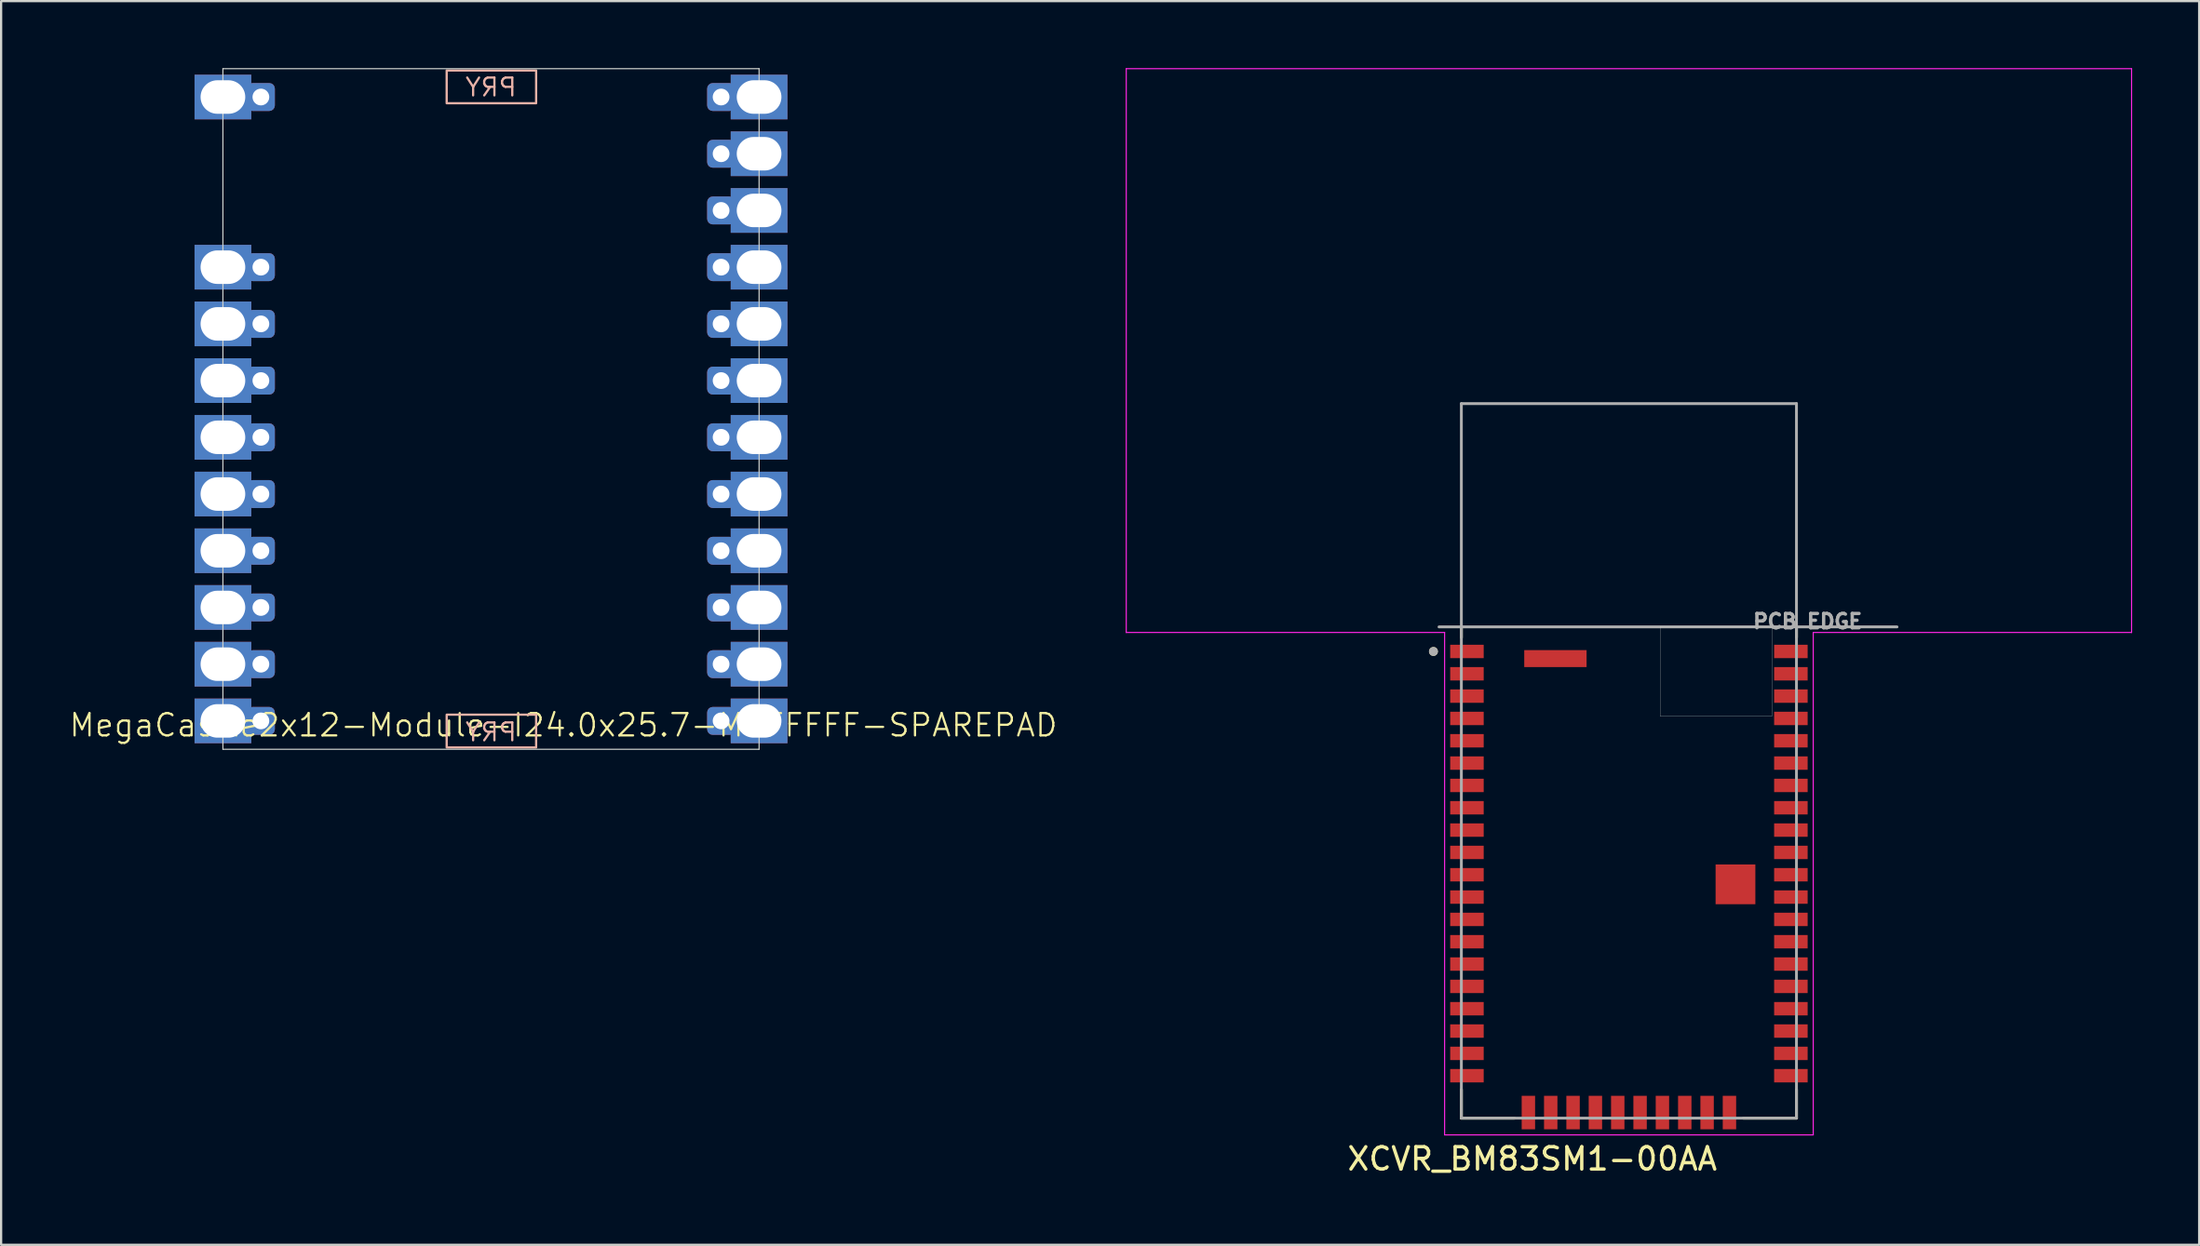
<source format=kicad_pcb>
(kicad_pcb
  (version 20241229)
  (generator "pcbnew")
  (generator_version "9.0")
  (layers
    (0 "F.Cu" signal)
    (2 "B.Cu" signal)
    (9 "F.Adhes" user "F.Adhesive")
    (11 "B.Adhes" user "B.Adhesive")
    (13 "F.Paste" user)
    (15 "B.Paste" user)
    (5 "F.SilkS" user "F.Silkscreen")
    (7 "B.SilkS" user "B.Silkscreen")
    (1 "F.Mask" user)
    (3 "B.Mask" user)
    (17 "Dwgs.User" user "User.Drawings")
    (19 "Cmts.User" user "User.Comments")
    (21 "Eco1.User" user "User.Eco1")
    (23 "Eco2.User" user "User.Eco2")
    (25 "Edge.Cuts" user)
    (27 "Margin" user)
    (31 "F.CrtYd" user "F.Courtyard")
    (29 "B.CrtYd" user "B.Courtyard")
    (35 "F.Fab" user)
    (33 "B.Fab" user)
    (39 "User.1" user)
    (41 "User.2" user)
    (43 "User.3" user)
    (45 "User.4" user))
  (footprint "MegaCastle2x12-Module-I24.0x25.7-M9FFFFF-SPAREPAD"
    (layer "F.Cu")
    (at 18.928 15.265)
    (property "Reference" "MegaCastle2x12-Module-I24.0x25.7-M9FFFFF-SPAREPAD" (at 3.241 14.162 0) (unlocked yes) (layer "F.SilkS") (effects (font (size 1 1) (thickness 0.1))))
    (attr smd)
    (fp_rect (start -1.984 -13.691) (end 2.02 -15.16) (stroke (width 0.1) (type default)) (fill no) (layer "B.SilkS"))
    (fp_rect (start -1.984 13.691) (end 2.02 15.16) (stroke (width 0.1) (type default)) (fill no) (layer "B.SilkS"))
    (fp_line (start -12 -15.24) (end -12 15.24) (stroke (width 0.05) (type default)) (layer "Edge.Cuts"))
    (fp_line (start -12 -15.24) (end 12 -15.24) (stroke (width 0.05) (type default)) (layer "Edge.Cuts"))
    (fp_line (start -12 15.24) (end 12 15.24) (stroke (width 0.05) (type default)) (layer "Edge.Cuts"))
    (fp_line (start 12 -15.24) (end 12 15.24) (stroke (width 0.05) (type default)) (layer "Edge.Cuts"))
    (fp_text user "PRY" (at 0 -13.94 0) (unlocked yes) (layer "B.SilkS") (effects (font (size 0.8 0.8) (thickness 0.1)) (justify bottom mirror)))
    (fp_text user "PRY" (at 0 14.94 0) (unlocked yes) (layer "B.SilkS") (effects (font (size 0.8 0.8) (thickness 0.1)) (justify bottom mirror)))
    (pad "1" thru_hole rect (at -12 -13.97) (size 2.54 2) (drill oval 2 1.5) (property pad_prop_castellated) (layers "*.Cu" "*.Mask"))
    (pad "1" thru_hole roundrect (at -10.3 -13.97 180) (size 1.25 1.25) (drill 0.75) (layers "*.Cu" "*.Mask") (roundrect_rratio 0.2))
    (pad "4" thru_hole rect (at -12 -6.35) (size 2.54 2) (drill oval 2 1.5) (property pad_prop_castellated) (layers "*.Cu" "*.Mask"))
    (pad "4" thru_hole roundrect (at -10.3 -6.35 180) (size 1.25 1.25) (drill 0.75) (layers "*.Cu" "*.Mask") (roundrect_rratio 0.2))
    (pad "5" thru_hole rect (at -12 -3.81) (size 2.54 2) (drill oval 2 1.5) (property pad_prop_castellated) (layers "*.Cu" "*.Mask"))
    (pad "5" thru_hole roundrect (at -10.3 -3.81 180) (size 1.25 1.25) (drill 0.75) (layers "*.Cu" "*.Mask") (roundrect_rratio 0.2))
    (pad "6" thru_hole rect (at -12 -1.27) (size 2.54 2) (drill oval 2 1.5) (property pad_prop_castellated) (layers "*.Cu" "*.Mask"))
    (pad "6" thru_hole roundrect (at -10.3 -1.27 180) (size 1.25 1.25) (drill 0.75) (layers "*.Cu" "*.Mask") (roundrect_rratio 0.2))
    (pad "7" thru_hole rect (at -12 1.27) (size 2.54 2) (drill oval 2 1.5) (property pad_prop_castellated) (layers "*.Cu" "*.Mask"))
    (pad "7" thru_hole roundrect (at -10.3 1.27 180) (size 1.25 1.25) (drill 0.75) (layers "*.Cu" "*.Mask") (roundrect_rratio 0.2))
    (pad "8" thru_hole rect (at -12 3.81) (size 2.54 2) (drill oval 2 1.5) (property pad_prop_castellated) (layers "*.Cu" "*.Mask"))
    (pad "8" thru_hole roundrect (at -10.3 3.81 180) (size 1.25 1.25) (drill 0.75) (layers "*.Cu" "*.Mask") (roundrect_rratio 0.2))
    (pad "9" thru_hole rect (at -12 6.35) (size 2.54 2) (drill oval 2 1.5) (property pad_prop_castellated) (layers "*.Cu" "*.Mask"))
    (pad "9" thru_hole roundrect (at -10.3 6.35 180) (size 1.25 1.25) (drill 0.75) (layers "*.Cu" "*.Mask") (roundrect_rratio 0.2))
    (pad "10" thru_hole rect (at -12 8.89) (size 2.54 2) (drill oval 2 1.5) (property pad_prop_castellated) (layers "*.Cu" "*.Mask"))
    (pad "10" thru_hole roundrect (at -10.3 8.89 180) (size 1.25 1.25) (drill 0.75) (layers "*.Cu" "*.Mask") (roundrect_rratio 0.2))
    (pad "11" thru_hole rect (at -12 11.43) (size 2.54 2) (drill oval 2 1.5) (property pad_prop_castellated) (layers "*.Cu" "*.Mask"))
    (pad "11" thru_hole roundrect (at -10.3 11.43 180) (size 1.25 1.25) (drill 0.75) (layers "*.Cu" "*.Mask") (roundrect_rratio 0.2))
    (pad "12" thru_hole rect (at -12 13.97) (size 2.54 2) (drill oval 2 1.5) (property pad_prop_castellated) (layers "*.Cu" "*.Mask"))
    (pad "12" thru_hole roundrect (at -10.3 13.97 180) (size 1.25 1.25) (drill 0.75) (layers "*.Cu" "*.Mask") (roundrect_rratio 0.2))
    (pad "13" thru_hole roundrect (at 10.3 -13.97 180) (size 1.25 1.25) (drill 0.75) (layers "*.Cu" "*.Mask") (roundrect_rratio 0.2))
    (pad "13" thru_hole rect (at 12 -13.97) (size 2.54 2) (drill oval 2 1.5) (property pad_prop_castellated) (layers "*.Cu" "*.Mask"))
    (pad "14" thru_hole roundrect (at 10.3 -11.43 180) (size 1.25 1.25) (drill 0.75) (layers "*.Cu" "*.Mask") (roundrect_rratio 0.2))
    (pad "14" thru_hole rect (at 12 -11.43) (size 2.54 2) (drill oval 2 1.5) (property pad_prop_castellated) (layers "*.Cu" "*.Mask"))
    (pad "15" thru_hole roundrect (at 10.3 -8.89 180) (size 1.25 1.25) (drill 0.75) (layers "*.Cu" "*.Mask") (roundrect_rratio 0.2))
    (pad "15" thru_hole rect (at 12 -8.89) (size 2.54 2) (drill oval 2 1.5) (property pad_prop_castellated) (layers "*.Cu" "*.Mask"))
    (pad "16" thru_hole roundrect (at 10.3 -6.35 180) (size 1.25 1.25) (drill 0.75) (layers "*.Cu" "*.Mask") (roundrect_rratio 0.2))
    (pad "16" thru_hole rect (at 12 -6.35) (size 2.54 2) (drill oval 2 1.5) (property pad_prop_castellated) (layers "*.Cu" "*.Mask"))
    (pad "17" thru_hole roundrect (at 10.3 -3.81 180) (size 1.25 1.25) (drill 0.75) (layers "*.Cu" "*.Mask") (roundrect_rratio 0.2))
    (pad "17" thru_hole rect (at 12 -3.81) (size 2.54 2) (drill oval 2 1.5) (property pad_prop_castellated) (layers "*.Cu" "*.Mask"))
    (pad "18" thru_hole roundrect (at 10.3 -1.27 180) (size 1.25 1.25) (drill 0.75) (layers "*.Cu" "*.Mask") (roundrect_rratio 0.2))
    (pad "18" thru_hole rect (at 12 -1.27) (size 2.54 2) (drill oval 2 1.5) (property pad_prop_castellated) (layers "*.Cu" "*.Mask"))
    (pad "19" thru_hole roundrect (at 10.3 1.27 180) (size 1.25 1.25) (drill 0.75) (layers "*.Cu" "*.Mask") (roundrect_rratio 0.2))
    (pad "19" thru_hole rect (at 12 1.27) (size 2.54 2) (drill oval 2 1.5) (property pad_prop_castellated) (layers "*.Cu" "*.Mask"))
    (pad "20" thru_hole roundrect (at 10.3 3.81 180) (size 1.25 1.25) (drill 0.75) (layers "*.Cu" "*.Mask") (roundrect_rratio 0.2))
    (pad "20" thru_hole rect (at 12 3.81) (size 2.54 2) (drill oval 2 1.5) (property pad_prop_castellated) (layers "*.Cu" "*.Mask"))
    (pad "21" thru_hole roundrect (at 10.3 6.35 180) (size 1.25 1.25) (drill 0.75) (layers "*.Cu" "*.Mask") (roundrect_rratio 0.2))
    (pad "21" thru_hole rect (at 12 6.35) (size 2.54 2) (drill oval 2 1.5) (property pad_prop_castellated) (layers "*.Cu" "*.Mask"))
    (pad "22" thru_hole roundrect (at 10.3 8.89 180) (size 1.25 1.25) (drill 0.75) (layers "*.Cu" "*.Mask") (roundrect_rratio 0.2))
    (pad "22" thru_hole rect (at 12 8.89) (size 2.54 2) (drill oval 2 1.5) (property pad_prop_castellated) (layers "*.Cu" "*.Mask"))
    (pad "23" thru_hole roundrect (at 10.3 11.43 180) (size 1.25 1.25) (drill 0.75) (layers "*.Cu" "*.Mask") (roundrect_rratio 0.2))
    (pad "23" thru_hole rect (at 12 11.43) (size 2.54 2) (drill oval 2 1.5) (property pad_prop_castellated) (layers "*.Cu" "*.Mask"))
    (pad "24" thru_hole roundrect (at 10.3 13.97 180) (size 1.25 1.25) (drill 0.75) (layers "*.Cu" "*.Mask") (roundrect_rratio 0.2))
    (pad "24" thru_hole rect (at 12 13.97) (size 2.54 2) (drill oval 2 1.5) (property pad_prop_castellated) (layers "*.Cu" "*.Mask"))
    (zone (net_name "") (layer "B.Cu") (hatch edge 0.5) (connect_pads) (min_thickness 0.25) (filled_areas_thickness no) (keepout (tracks allowed) (vias allowed) (pads allowed) (copperpour allowed) (footprints not_allowed)) (placement (enabled no)) (fill) (polygon (pts (xy 6.928 0.025) (xy 6.928 2.425) (xy 30.928 2.425) (xy 30.928 0.025))))
    (zone (net_name "") (layer "B.Cu") (hatch edge 0.5) (connect_pads) (min_thickness 0.25) (filled_areas_thickness no) (keepout (tracks allowed) (vias allowed) (pads allowed) (copperpour allowed) (footprints not_allowed)) (placement (enabled no)) (fill) (polygon (pts (xy 6.928 30.505) (xy 6.928 28.105) (xy 30.928 28.105) (xy 30.928 30.505))))
    (zone (net_name "") (layer "B.Cu") (name "Upper Pry Zone") (hatch edge 0.5) (connect_pads) (min_thickness 0.25) (filled_areas_thickness no) (keepout (tracks not_allowed) (vias not_allowed) (pads not_allowed) (copperpour allowed) (footprints not_allowed)) (placement (enabled no)) (fill) (polygon (pts (xy 16.944 1.574) (xy 16.944 0.105) (xy 20.948 0.105) (xy 20.948 1.574))))
    (zone (net_name "") (layer "B.Cu") (name "Upper Pry Zone") (hatch edge 0.5) (connect_pads) (min_thickness 0.25) (filled_areas_thickness no) (keepout (tracks not_allowed) (vias not_allowed) (pads not_allowed) (copperpour allowed) (footprints not_allowed)) (placement (enabled no)) (fill) (polygon (pts (xy 16.944 28.956) (xy 16.944 30.425) (xy 20.948 30.425) (xy 20.948 28.956)))))
  (footprint "XCVR_BM83SM1-00AA"
    (layer "F.Cu")
    (at 69.863 31.025)
    (property "Reference" "XCVR_BM83SM1-00AA" (at -4.325 17.825 0) (layer "F.SilkS") (effects (font (size 1 1) (thickness 0.15))))
    (attr smd)
    (fp_line (start -7.5 -6) (end -7.5 -5.52) (stroke (width 0.127) (type solid)) (layer "F.SilkS"))
    (fp_line (start -7.5 14.72) (end -7.5 16) (stroke (width 0.127) (type solid)) (layer "F.SilkS"))
    (fp_line (start -7.5 16) (end -5.12 16) (stroke (width 0.127) (type solid)) (layer "F.SilkS"))
    (fp_line (start 7.5 -6) (end 7.5 -5.52) (stroke (width 0.127) (type solid)) (layer "F.SilkS"))
    (fp_line (start 7.5 14.72) (end 7.5 16) (stroke (width 0.127) (type solid)) (layer "F.SilkS"))
    (fp_line (start 7.5 16) (end 5.12 16) (stroke (width 0.127) (type solid)) (layer "F.SilkS"))
    (fp_circle (center -8.75 -4.9) (end -8.65 -4.9) (stroke (width 0.2) (type solid)) (fill no) (layer "F.SilkS"))
    (fp_line (start 1.4 -6) (end 1.4 -2) (stroke (width 0.01) (type solid)) (layer "Edge.Cuts"))
    (fp_line (start 1.4 -2) (end 6.4 -2) (stroke (width 0.01) (type solid)) (layer "Edge.Cuts"))
    (fp_line (start 6.4 -6) (end 1.4 -6) (stroke (width 0.01) (type solid)) (layer "Edge.Cuts"))
    (fp_line (start 6.4 -2) (end 6.4 -6) (stroke (width 0.01) (type solid)) (layer "Edge.Cuts"))
    (fp_line (start -22.5 -31) (end 22.5 -31) (stroke (width 0.05) (type solid)) (layer "F.CrtYd"))
    (fp_line (start -22.5 -5.75) (end -22.5 -31) (stroke (width 0.05) (type solid)) (layer "F.CrtYd"))
    (fp_line (start -8.25 -5.75) (end -22.5 -5.75) (stroke (width 0.05) (type solid)) (layer "F.CrtYd"))
    (fp_line (start -8.25 16.75) (end -8.25 -5.75) (stroke (width 0.05) (type solid)) (layer "F.CrtYd"))
    (fp_line (start 8.25 -5.75) (end 8.25 16.75) (stroke (width 0.05) (type solid)) (layer "F.CrtYd"))
    (fp_line (start 8.25 16.75) (end -8.25 16.75) (stroke (width 0.05) (type solid)) (layer "F.CrtYd"))
    (fp_line (start 22.5 -31) (end 22.5 -5.75) (stroke (width 0.05) (type solid)) (layer "F.CrtYd"))
    (fp_line (start 22.5 -5.75) (end 8.25 -5.75) (stroke (width 0.05) (type solid)) (layer "F.CrtYd"))
    (fp_line (start -7.5 -16) (end 7.5 -16) (stroke (width 0.127) (type solid)) (layer "F.Fab"))
    (fp_line (start -7.5 16) (end -7.5 -16) (stroke (width 0.127) (type solid)) (layer "F.Fab"))
    (fp_line (start 7.5 -16) (end 7.5 16) (stroke (width 0.127) (type solid)) (layer "F.Fab"))
    (fp_line (start 7.5 16) (end -7.5 16) (stroke (width 0.127) (type solid)) (layer "F.Fab"))
    (fp_line (start 12 -6) (end -8.5 -6) (stroke (width 0.127) (type solid)) (layer "F.Fab"))
    (fp_circle (center -8.75 -4.9) (end -8.65 -4.9) (stroke (width 0.2) (type solid)) (fill no) (layer "F.Fab"))
    (fp_text user "PCB EDGE" (at 8 -6.25 0) (layer "F.Fab") (effects (font (size 0.64 0.64) (thickness 0.15))))
    (pad "1" smd rect (at -7.25 -4.9) (size 1.5 0.6) (layers "F.Cu" "F.Mask" "F.Paste"))
    (pad "2" smd rect (at -7.25 -3.9) (size 1.5 0.6) (layers "F.Cu" "F.Mask" "F.Paste"))
    (pad "3" smd rect (at -7.25 -2.9) (size 1.5 0.6) (layers "F.Cu" "F.Mask" "F.Paste"))
    (pad "4" smd rect (at -7.25 -1.9) (size 1.5 0.6) (layers "F.Cu" "F.Mask" "F.Paste"))
    (pad "5" smd rect (at -7.25 -0.9) (size 1.5 0.6) (layers "F.Cu" "F.Mask" "F.Paste"))
    (pad "6" smd rect (at -7.25 0.1) (size 1.5 0.6) (layers "F.Cu" "F.Mask" "F.Paste"))
    (pad "7" smd rect (at -7.25 1.1) (size 1.5 0.6) (layers "F.Cu" "F.Mask" "F.Paste"))
    (pad "8" smd rect (at -7.25 2.1) (size 1.5 0.6) (layers "F.Cu" "F.Mask" "F.Paste"))
    (pad "9" smd rect (at -7.25 3.1) (size 1.5 0.6) (layers "F.Cu" "F.Mask" "F.Paste"))
    (pad "10" smd rect (at -7.25 4.1) (size 1.5 0.6) (layers "F.Cu" "F.Mask" "F.Paste"))
    (pad "11" smd rect (at -7.25 5.1) (size 1.5 0.6) (layers "F.Cu" "F.Mask" "F.Paste"))
    (pad "12" smd rect (at -7.25 6.1) (size 1.5 0.6) (layers "F.Cu" "F.Mask" "F.Paste"))
    (pad "13" smd rect (at -7.25 7.1) (size 1.5 0.6) (layers "F.Cu" "F.Mask" "F.Paste"))
    (pad "14" smd rect (at -7.25 8.1) (size 1.5 0.6) (layers "F.Cu" "F.Mask" "F.Paste"))
    (pad "15" smd rect (at -7.25 9.1) (size 1.5 0.6) (layers "F.Cu" "F.Mask" "F.Paste"))
    (pad "16" smd rect (at -7.25 10.1) (size 1.5 0.6) (layers "F.Cu" "F.Mask" "F.Paste"))
    (pad "17" smd rect (at -7.25 11.1) (size 1.5 0.6) (layers "F.Cu" "F.Mask" "F.Paste"))
    (pad "18" smd rect (at -7.25 12.1) (size 1.5 0.6) (layers "F.Cu" "F.Mask" "F.Paste"))
    (pad "19" smd rect (at -7.25 13.1) (size 1.5 0.6) (layers "F.Cu" "F.Mask" "F.Paste"))
    (pad "20" smd rect (at -7.25 14.1) (size 1.5 0.6) (layers "F.Cu" "F.Mask" "F.Paste"))
    (pad "21" smd rect (at -4.5 15.75) (size 0.6 1.5) (layers "F.Cu" "F.Mask" "F.Paste"))
    (pad "22" smd rect (at -3.5 15.75) (size 0.6 1.5) (layers "F.Cu" "F.Mask" "F.Paste"))
    (pad "23" smd rect (at -2.5 15.75) (size 0.6 1.5) (layers "F.Cu" "F.Mask" "F.Paste"))
    (pad "24" smd rect (at -1.5 15.75) (size 0.6 1.5) (layers "F.Cu" "F.Mask" "F.Paste"))
    (pad "25" smd rect (at -0.5 15.75) (size 0.6 1.5) (layers "F.Cu" "F.Mask" "F.Paste"))
    (pad "26" smd rect (at 0.5 15.75) (size 0.6 1.5) (layers "F.Cu" "F.Mask" "F.Paste"))
    (pad "27" smd rect (at 1.5 15.75) (size 0.6 1.5) (layers "F.Cu" "F.Mask" "F.Paste"))
    (pad "28" smd rect (at 2.5 15.75) (size 0.6 1.5) (layers "F.Cu" "F.Mask" "F.Paste"))
    (pad "29" smd rect (at 3.5 15.75) (size 0.6 1.5) (layers "F.Cu" "F.Mask" "F.Paste"))
    (pad "30" smd rect (at 4.5 15.75) (size 0.6 1.5) (layers "F.Cu" "F.Mask" "F.Paste"))
    (pad "31" smd rect (at 7.25 14.1) (size 1.5 0.6) (layers "F.Cu" "F.Mask" "F.Paste"))
    (pad "32" smd rect (at 7.25 13.1) (size 1.5 0.6) (layers "F.Cu" "F.Mask" "F.Paste"))
    (pad "33" smd rect (at 7.25 12.1) (size 1.5 0.6) (layers "F.Cu" "F.Mask" "F.Paste"))
    (pad "34" smd rect (at 7.25 11.1) (size 1.5 0.6) (layers "F.Cu" "F.Mask" "F.Paste"))
    (pad "35" smd rect (at 7.25 10.1) (size 1.5 0.6) (layers "F.Cu" "F.Mask" "F.Paste"))
    (pad "36" smd rect (at 7.25 9.1) (size 1.5 0.6) (layers "F.Cu" "F.Mask" "F.Paste"))
    (pad "37" smd rect (at 7.25 8.1) (size 1.5 0.6) (layers "F.Cu" "F.Mask" "F.Paste"))
    (pad "38" smd rect (at 7.25 7.1) (size 1.5 0.6) (layers "F.Cu" "F.Mask" "F.Paste"))
    (pad "39" smd rect (at 7.25 6.1) (size 1.5 0.6) (layers "F.Cu" "F.Mask" "F.Paste"))
    (pad "40" smd rect (at 7.25 5.1) (size 1.5 0.6) (layers "F.Cu" "F.Mask" "F.Paste"))
    (pad "41" smd rect (at 7.25 4.1) (size 1.5 0.6) (layers "F.Cu" "F.Mask" "F.Paste"))
    (pad "42" smd rect (at 7.25 3.1) (size 1.5 0.6) (layers "F.Cu" "F.Mask" "F.Paste"))
    (pad "43" smd rect (at 7.25 2.1) (size 1.5 0.6) (layers "F.Cu" "F.Mask" "F.Paste"))
    (pad "44" smd rect (at 7.25 1.1) (size 1.5 0.6) (layers "F.Cu" "F.Mask" "F.Paste"))
    (pad "45" smd rect (at 7.25 0.1) (size 1.5 0.6) (layers "F.Cu" "F.Mask" "F.Paste"))
    (pad "46" smd rect (at 7.25 -0.9) (size 1.5 0.6) (layers "F.Cu" "F.Mask" "F.Paste"))
    (pad "47" smd rect (at 7.25 -1.9) (size 1.5 0.6) (layers "F.Cu" "F.Mask" "F.Paste"))
    (pad "48" smd rect (at 7.25 -2.9) (size 1.5 0.6) (layers "F.Cu" "F.Mask" "F.Paste"))
    (pad "49" smd rect (at 7.25 -3.9) (size 1.5 0.6) (layers "F.Cu" "F.Mask" "F.Paste"))
    (pad "50" smd rect (at 7.25 -4.9) (size 1.5 0.6) (layers "F.Cu" "F.Mask" "F.Paste"))
    (pad "56" smd rect (at 4.77 5.53) (size 1.78 1.78) (layers "F.Cu" "F.Mask" "F.Paste"))
    (pad "57" smd rect (at -3.29 -4.58) (size 2.79 0.76) (layers "F.Cu" "F.Mask" "F.Paste"))
    (zone (net_name "") (layer "F.Cu") (hatch full 0.508) (connect_pads) (min_thickness 0.01) (filled_areas_thickness no) (keepout (tracks not_allowed) (vias not_allowed) (pads not_allowed) (copperpour not_allowed) (footprints allowed)) (placement (enabled no)) (fill) (polygon (pts (xy 76.363 25.025) (xy 76.363 25.825) (xy 77.363 25.825) (xy 77.363 25.025))))
    (zone (net_name "") (layer "F.Cu") (hatch full 0.508) (connect_pads) (min_thickness 0.01) (filled_areas_thickness no) (keepout (tracks not_allowed) (vias not_allowed) (pads not_allowed) (copperpour not_allowed) (footprints allowed)) (placement (enabled no)) (fill) (polygon (pts (xy 62.363 25.825) (xy 62.363 25.025) (xy 71.263 25.025) (xy 71.263 29.025) (xy 76.363 29.025) (xy 76.363 35.665) (xy 67.968 35.665) (xy 67.968 26.065) (xy 65.178 26.065) (xy 65.178 26.825) (xy 63.363 26.825) (xy 63.363 25.825))))
    (zone (net_name "") (layer "F.Cu") (hatch full 0.508) (connect_pads) (min_thickness 0.01) (filled_areas_thickness no) (keepout (tracks not_allowed) (vias not_allowed) (pads not_allowed) (copperpour not_allowed) (footprints allowed)) (placement (enabled no)) (fill) (polygon (pts (xy 63.363 26.825) (xy 67.968 26.825) (xy 67.968 35.665) (xy 73.743 35.665) (xy 73.743 37.445) (xy 75.523 37.445) (xy 75.523 35.665) (xy 76.363 35.665) (xy 76.363 45.425) (xy 77.363 45.425) (xy 77.363 47.025) (xy 74.663 47.025) (xy 74.663 46.025) (xy 65.063 46.025) (xy 65.063 47.025) (xy 62.363 47.025) (xy 62.363 45.425) (xy 63.363 45.425))))
    (zone (net_name "") (layers "F.Cu" "B.Cu") (hatch full 0.508) (connect_pads) (min_thickness 0.01) (filled_areas_thickness no) (keepout (tracks allowed) (vias not_allowed) (pads allowed) (copperpour allowed) (footprints allowed)) (placement (enabled no)) (fill) (polygon (pts (xy 76.363 25.025) (xy 76.363 25.825) (xy 77.363 25.825) (xy 77.363 25.025))))
    (zone (net_name "") (layers "F.Cu" "B.Cu") (hatch full 0.508) (connect_pads) (min_thickness 0.01) (filled_areas_thickness no) (keepout (tracks allowed) (vias not_allowed) (pads allowed) (copperpour allowed) (footprints allowed)) (placement (enabled no)) (fill) (polygon (pts (xy 62.363 25.825) (xy 62.363 25.025) (xy 71.263 25.025) (xy 71.263 29.025) (xy 76.363 29.025) (xy 76.363 35.665) (xy 67.968 35.665) (xy 67.968 26.065) (xy 65.178 26.065) (xy 65.178 26.825) (xy 63.363 26.825) (xy 63.363 25.825))))
    (zone (net_name "") (layers "F.Cu" "B.Cu") (hatch full 0.508) (connect_pads) (min_thickness 0.01) (filled_areas_thickness no) (keepout (tracks allowed) (vias not_allowed) (pads allowed) (copperpour allowed) (footprints allowed)) (placement (enabled no)) (fill) (polygon (pts (xy 63.363 26.825) (xy 67.968 26.825) (xy 67.968 35.665) (xy 73.743 35.665) (xy 73.743 37.445) (xy 75.523 37.445) (xy 75.523 35.665) (xy 76.363 35.665) (xy 76.363 45.425) (xy 77.363 45.425) (xy 77.363 47.025) (xy 74.663 47.025) (xy 74.663 46.025) (xy 65.063 46.025) (xy 65.063 47.025) (xy 62.363 47.025) (xy 62.363 45.425) (xy 63.363 45.425)))))
  (gr_rect
    (start -3 -3)
    (end 95.388 52.698)
    (stroke (width 0.1) (type default))
    (fill no)
    (layer "Edge.Cuts")))
</source>
